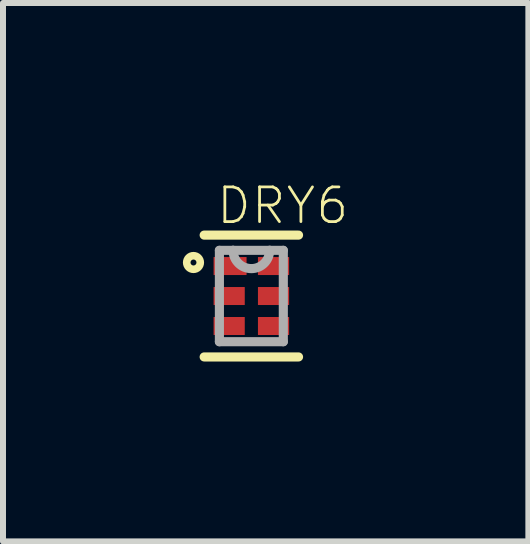
<source format=kicad_pcb>
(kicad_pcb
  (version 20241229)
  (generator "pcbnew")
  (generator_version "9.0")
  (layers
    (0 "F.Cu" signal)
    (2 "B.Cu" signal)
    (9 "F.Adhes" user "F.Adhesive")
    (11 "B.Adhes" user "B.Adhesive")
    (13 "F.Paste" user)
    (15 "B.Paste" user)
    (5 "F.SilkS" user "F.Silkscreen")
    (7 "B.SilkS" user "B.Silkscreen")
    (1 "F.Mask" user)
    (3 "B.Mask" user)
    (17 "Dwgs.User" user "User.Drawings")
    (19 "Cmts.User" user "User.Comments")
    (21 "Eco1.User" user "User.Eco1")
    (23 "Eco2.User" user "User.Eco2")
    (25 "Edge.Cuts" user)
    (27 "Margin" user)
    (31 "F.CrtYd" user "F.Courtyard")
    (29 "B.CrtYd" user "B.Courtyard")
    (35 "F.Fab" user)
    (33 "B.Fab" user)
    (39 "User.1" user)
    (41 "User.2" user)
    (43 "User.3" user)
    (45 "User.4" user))
  (footprint "DRY6"
    (layer "F.Cu")
    (at 1.142 1.887)
    (property "Reference" "DRY6" (at -0.61 -1.168 0) (layer "F.SilkS") (effects (font (size 0.579 0.579) (thickness 0.046)) (justify left bottom)))
    (attr through_hole)
    (fp_poly (pts (xy -0.7 -0.72) (xy -0.7 -0.28) (xy -0.04 -0.28) (xy -0.04 -0.72)) (stroke (width 0) (type solid)) (fill yes) (layer "F.Mask"))
    (fp_poly (pts (xy -0.7 -0.22) (xy -0.7 0.22) (xy -0.04 0.22) (xy -0.04 -0.22)) (stroke (width 0) (type solid)) (fill yes) (layer "F.Mask"))
    (fp_poly (pts (xy -0.7 0.28) (xy -0.7 0.72) (xy -0.04 0.72) (xy -0.04 0.28)) (stroke (width 0) (type solid)) (fill yes) (layer "F.Mask"))
    (fp_poly (pts (xy 0.04 -0.72) (xy 0.04 -0.28) (xy 0.7 -0.28) (xy 0.7 -0.72)) (stroke (width 0) (type solid)) (fill yes) (layer "F.Mask"))
    (fp_poly (pts (xy 0.04 -0.22) (xy 0.04 0.22) (xy 0.7 0.22) (xy 0.7 -0.22)) (stroke (width 0) (type solid)) (fill yes) (layer "F.Mask"))
    (fp_poly (pts (xy 0.04 0.28) (xy 0.04 0.72) (xy 0.7 0.72) (xy 0.7 0.28)) (stroke (width 0) (type solid)) (fill yes) (layer "F.Mask"))
    (fp_line (start -0.787 1.016) (end 0.787 1.016) (stroke (width 0.152) (type solid)) (layer "F.SilkS"))
    (fp_line (start 0.787 -1.016) (end -0.787 -1.016) (stroke (width 0.152) (type solid)) (layer "F.SilkS"))
    (fp_circle (center -0.965 -0.559) (end -0.852 -0.559) (stroke (width 0.127) (type solid)) (fill no) (layer "F.SilkS"))
    (fp_poly (pts (xy -0.605 -0.625) (xy -0.605 -0.375) (xy -0.105 -0.375) (xy -0.105 -0.625)) (stroke (width 0) (type solid)) (fill yes) (layer "F.Paste"))
    (fp_poly (pts (xy -0.605 -0.125) (xy -0.605 0.125) (xy -0.135 0.125) (xy -0.135 -0.125)) (stroke (width 0) (type solid)) (fill yes) (layer "F.Paste"))
    (fp_poly (pts (xy -0.605 0.375) (xy -0.605 0.625) (xy -0.135 0.625) (xy -0.135 0.375)) (stroke (width 0) (type solid)) (fill yes) (layer "F.Paste"))
    (fp_poly (pts (xy 0.135 -0.625) (xy 0.135 -0.375) (xy 0.605 -0.375) (xy 0.605 -0.625)) (stroke (width 0) (type solid)) (fill yes) (layer "F.Paste"))
    (fp_poly (pts (xy 0.135 -0.125) (xy 0.135 0.125) (xy 0.605 0.125) (xy 0.605 -0.125)) (stroke (width 0) (type solid)) (fill yes) (layer "F.Paste"))
    (fp_poly (pts (xy 0.135 0.375) (xy 0.135 0.625) (xy 0.605 0.625) (xy 0.605 0.375)) (stroke (width 0) (type solid)) (fill yes) (layer "F.Paste"))
    (fp_line (start -0.533 -0.762) (end -0.533 0.762) (stroke (width 0.152) (type solid)) (layer "F.Fab"))
    (fp_line (start -0.533 0.762) (end 0.533 0.762) (stroke (width 0.152) (type solid)) (layer "F.Fab"))
    (fp_line (start -0.305 -0.762) (end -0.533 -0.762) (stroke (width 0.152) (type solid)) (layer "F.Fab"))
    (fp_line (start 0.305 -0.762) (end -0.305 -0.762) (stroke (width 0.152) (type solid)) (layer "F.Fab"))
    (fp_line (start 0.533 -0.762) (end 0.305 -0.762) (stroke (width 0.152) (type solid)) (layer "F.Fab"))
    (fp_line (start 0.533 0.762) (end 0.533 -0.762) (stroke (width 0.152) (type solid)) (layer "F.Fab"))
    (fp_arc (start 0.3048 -0.762) (mid 0 -0.4572) (end -0.3048 -0.762) (stroke (width 0.1524) (type solid)) (layer "F.Fab"))
    (pad "1" smd rect (at -0.355 -0.5) (size 0.55 0.3) (layers "F.Cu" "F.Mask"))
    (pad "2" smd rect (at -0.37 0) (size 0.52 0.3) (layers "F.Cu" "F.Mask"))
    (pad "3" smd rect (at -0.37 0.5) (size 0.52 0.3) (layers "F.Cu" "F.Mask"))
    (pad "4" smd rect (at 0.37 0.5 180) (size 0.52 0.3) (layers "F.Cu" "F.Mask"))
    (pad "5" smd rect (at 0.37 0 180) (size 0.52 0.3) (layers "F.Cu" "F.Mask"))
    (pad "6" smd rect (at 0.37 -0.5 180) (size 0.52 0.3) (layers "F.Cu" "F.Mask")))
  (gr_rect
    (start -3 -3)
    (end 5.762 5.979)
    (stroke (width 0.1) (type default))
    (fill no)
    (layer "Edge.Cuts")))
</source>
